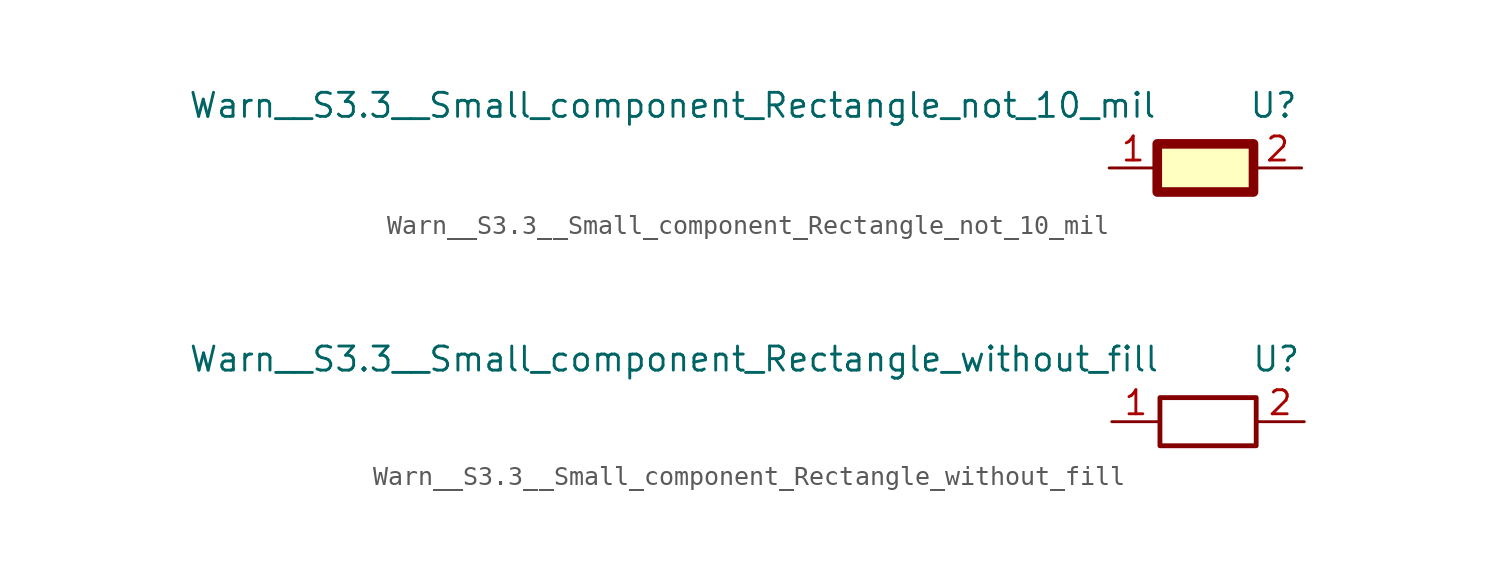
<source format=kicad_sym>
(kicad_symbol_lib
  (version 20220914)
  (generator kicad_symbol_editor)
  (symbol "Warn__S3.3__Small_component_Rectangle_not_10_mil"
    (property "Reference" "U"
      (at 2.286 3.302 0)
      (effects (font (size 1.27 1.27)) (justify left)))
    (property "Value" "Warn__S3.3__Small_component_Rectangle_not_10_mil"
      (at -2.54 3.302 0)
      (effects (font (size 1.27 1.27)) (justify right)))
    (symbol "Warn__S3.3__Small_component_Rectangle_not_10_mil_0_1"
      (rectangle (start -2.54 1.27) (end 2.54 -1.27) (stroke (width 0.508) (type default)) (fill (type background))))
    (symbol "Warn__S3.3__Small_component_Rectangle_not_10_mil_1_1"
      (pin passive line (at -5.08 0 0) (length 2.54) (name "~" (effects (font (size 1.27 1.27)))) (number "1" (effects (font (size 1.27 1.27)))))
      (pin passive line (at 5.08 0 180) (length 2.54) (name "~" (effects (font (size 1.27 1.27)))) (number "2" (effects (font (size 1.27 1.27)))))))
  (symbol "Warn__S3.3__Small_component_Rectangle_without_fill"
    (property "Reference" "U"
      (at 2.286 3.302 0)
      (effects (font (size 1.27 1.27)) (justify left)))
    (property "Value" "Warn__S3.3__Small_component_Rectangle_without_fill"
      (at -2.54 3.302 0)
      (effects (font (size 1.27 1.27)) (justify right)))
    (symbol "Warn__S3.3__Small_component_Rectangle_without_fill_0_1"
      (rectangle (start -2.54 1.27) (end 2.54 -1.27) (stroke (width 0.254) (type default)) (fill (type none))))
    (symbol "Warn__S3.3__Small_component_Rectangle_without_fill_1_1"
      (pin passive line (at -5.08 0 0) (length 2.54) (name "~" (effects (font (size 1.27 1.27)))) (number "1" (effects (font (size 1.27 1.27)))))
      (pin passive line (at 5.08 0 180) (length 2.54) (name "~" (effects (font (size 1.27 1.27)))) (number "2" (effects (font (size 1.27 1.27))))))))
</source>
